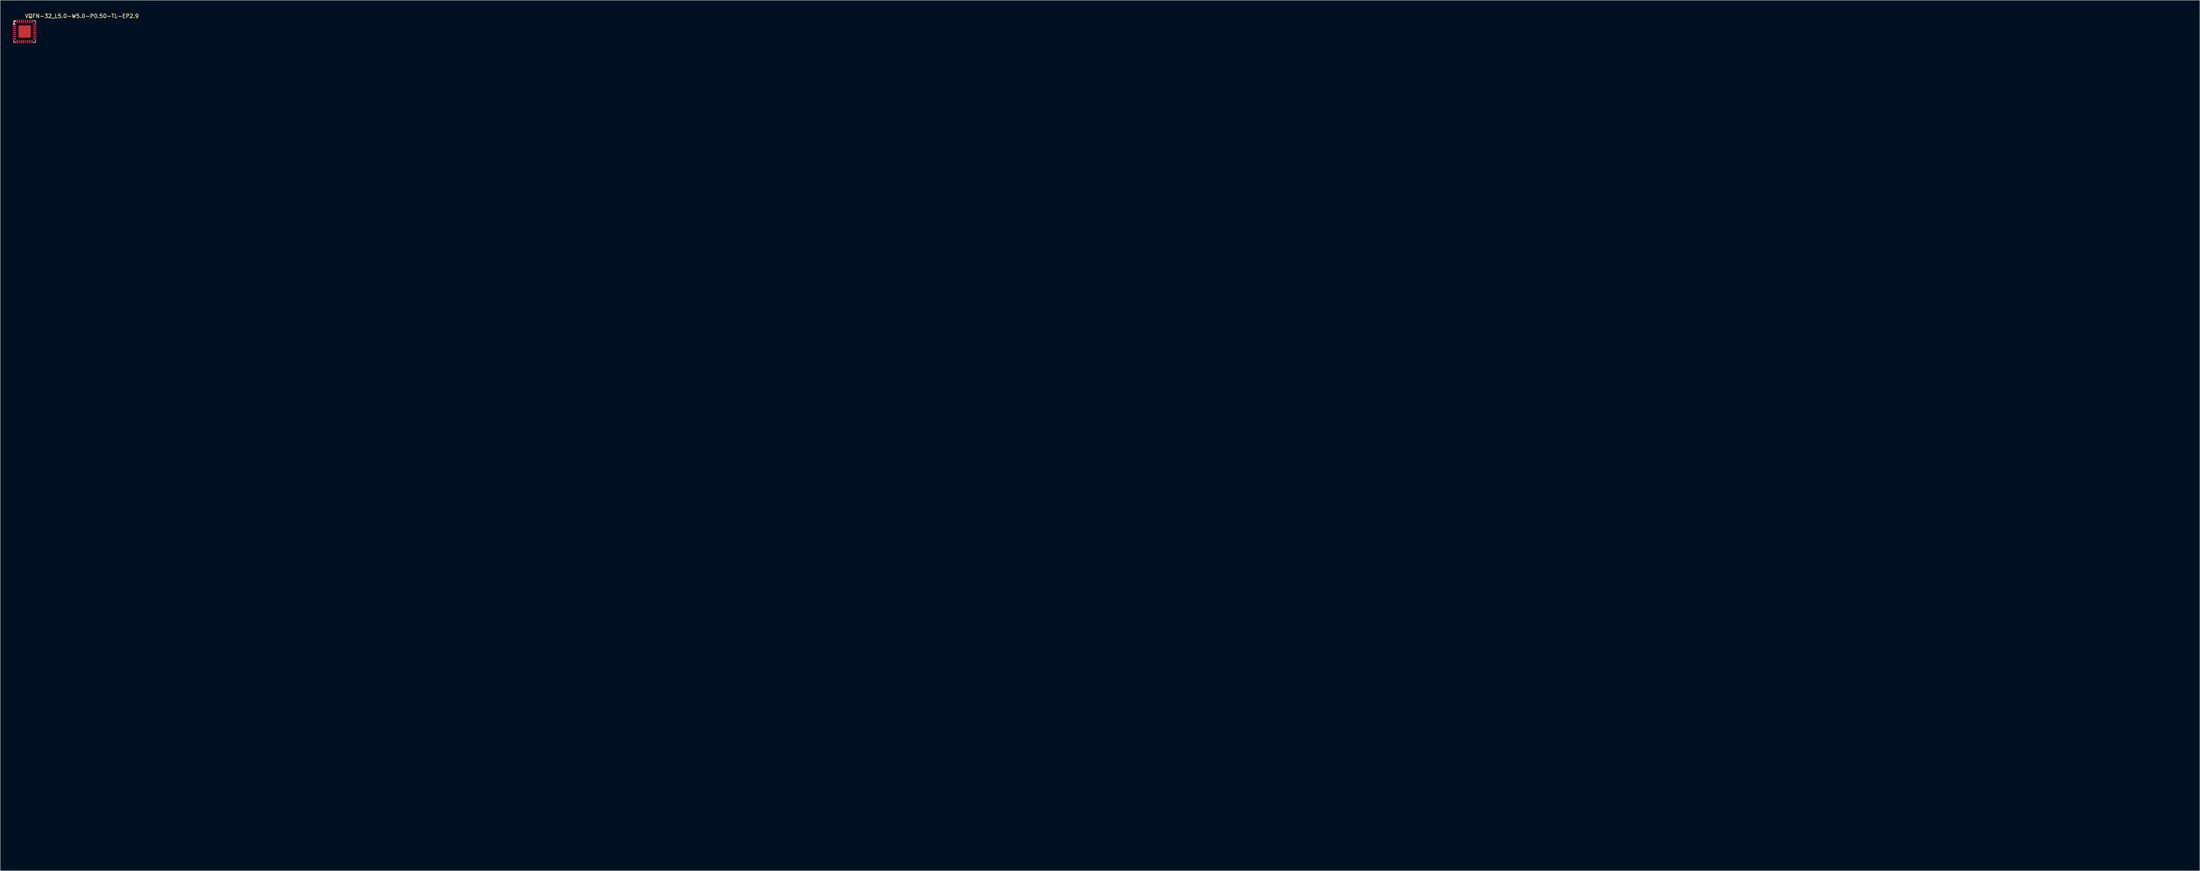
<source format=kicad_pcb>
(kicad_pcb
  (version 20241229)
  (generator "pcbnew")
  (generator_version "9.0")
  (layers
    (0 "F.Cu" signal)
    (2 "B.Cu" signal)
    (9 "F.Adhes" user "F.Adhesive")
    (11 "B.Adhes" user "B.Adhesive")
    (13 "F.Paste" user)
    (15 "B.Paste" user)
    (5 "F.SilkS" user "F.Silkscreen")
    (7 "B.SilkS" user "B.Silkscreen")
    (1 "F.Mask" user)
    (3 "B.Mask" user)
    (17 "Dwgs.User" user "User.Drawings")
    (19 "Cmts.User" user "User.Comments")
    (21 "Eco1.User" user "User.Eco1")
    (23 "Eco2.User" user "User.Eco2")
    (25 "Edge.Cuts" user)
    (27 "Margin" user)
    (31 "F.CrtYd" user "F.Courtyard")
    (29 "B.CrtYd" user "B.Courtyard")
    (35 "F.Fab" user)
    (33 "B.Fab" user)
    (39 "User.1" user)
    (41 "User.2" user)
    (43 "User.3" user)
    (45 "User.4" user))
  (footprint "VQFN-32_L5.0-W5.0-P0.50-TL-EP2.9"
    (layer "F.Cu")
    (at 2.802 4.45)
    (property "Reference" "VQFN-32_L5.0-W5.0-P0.50-TL-EP2.9" (at 0 -4.216 0) (layer "F.SilkS") (effects (font (size 0.914 0.914) (thickness 0.152)) (justify left top)))
    (fp_line (start -2.576 -2.576) (end -2.042 -2.576) (stroke (width 0.152) (type default)) (layer "F.SilkS"))
    (fp_line (start -2.576 -2.042) (end -2.576 -2.576) (stroke (width 0.152) (type default)) (layer "F.SilkS"))
    (fp_line (start -2.576 2.042) (end -2.576 2.576) (stroke (width 0.152) (type default)) (layer "F.SilkS"))
    (fp_line (start -2.576 2.576) (end -2.042 2.576) (stroke (width 0.152) (type default)) (layer "F.SilkS"))
    (fp_line (start -2.07 -2.549) (end -2.549 -2.07) (stroke (width 0.152) (type default)) (layer "F.SilkS"))
    (fp_line (start 2.576 -2.576) (end 2.042 -2.576) (stroke (width 0.152) (type default)) (layer "F.SilkS"))
    (fp_line (start 2.576 -2.042) (end 2.576 -2.576) (stroke (width 0.152) (type default)) (layer "F.SilkS"))
    (fp_line (start 2.576 2.042) (end 2.576 2.576) (stroke (width 0.152) (type default)) (layer "F.SilkS"))
    (fp_line (start 2.576 2.576) (end 2.042 2.576) (stroke (width 0.152) (type default)) (layer "F.SilkS"))
    (fp_circle (center -2.54 -1.778) (end -2.415 -1.778) (stroke (width 0.25) (type default)) (fill no) (layer "Dwgs.User"))
    (fp_circle (center -2.5 -2.5) (end -2.47 -2.5) (stroke (width 0.06) (type default)) (fill no) (layer "User.5"))
    (pad "1" smd rect (at -2.407 -1.75) (size 0.79 0.28) (layers "F.Cu" "F.Mask" "F.Paste"))
    (pad "2" smd rect (at -2.407 -1.25) (size 0.79 0.28) (layers "F.Cu" "F.Mask" "F.Paste"))
    (pad "3" smd rect (at -2.407 -0.75) (size 0.79 0.28) (layers "F.Cu" "F.Mask" "F.Paste"))
    (pad "4" smd rect (at -2.407 -0.25) (size 0.79 0.28) (layers "F.Cu" "F.Mask" "F.Paste"))
    (pad "5" smd rect (at -2.407 0.25) (size 0.79 0.28) (layers "F.Cu" "F.Mask" "F.Paste"))
    (pad "6" smd rect (at -2.407 0.75) (size 0.79 0.28) (layers "F.Cu" "F.Mask" "F.Paste"))
    (pad "7" smd rect (at -2.407 1.25) (size 0.79 0.28) (layers "F.Cu" "F.Mask" "F.Paste"))
    (pad "8" smd rect (at -2.407 1.75) (size 0.79 0.28) (layers "F.Cu" "F.Mask" "F.Paste"))
    (pad "9" smd rect (at -1.75 2.407) (size 0.28 0.79) (layers "F.Cu" "F.Mask" "F.Paste"))
    (pad "10" smd rect (at -1.25 2.407) (size 0.28 0.79) (layers "F.Cu" "F.Mask" "F.Paste"))
    (pad "11" smd rect (at -0.75 2.407) (size 0.28 0.79) (layers "F.Cu" "F.Mask" "F.Paste"))
    (pad "12" smd rect (at -0.25 2.407) (size 0.28 0.79) (layers "F.Cu" "F.Mask" "F.Paste"))
    (pad "13" smd rect (at 0.25 2.407) (size 0.28 0.79) (layers "F.Cu" "F.Mask" "F.Paste"))
    (pad "14" smd rect (at 0.75 2.407) (size 0.28 0.79) (layers "F.Cu" "F.Mask" "F.Paste"))
    (pad "15" smd rect (at 1.25 2.407) (size 0.28 0.79) (layers "F.Cu" "F.Mask" "F.Paste"))
    (pad "16" smd rect (at 1.75 2.407) (size 0.28 0.79) (layers "F.Cu" "F.Mask" "F.Paste"))
    (pad "17" smd rect (at 2.407 1.75) (size 0.79 0.28) (layers "F.Cu" "F.Mask" "F.Paste"))
    (pad "18" smd rect (at 2.407 1.25) (size 0.79 0.28) (layers "F.Cu" "F.Mask" "F.Paste"))
    (pad "19" smd rect (at 2.407 0.75) (size 0.79 0.28) (layers "F.Cu" "F.Mask" "F.Paste"))
    (pad "20" smd rect (at 2.407 0.25) (size 0.79 0.28) (layers "F.Cu" "F.Mask" "F.Paste"))
    (pad "21" smd rect (at 2.407 -0.25) (size 0.79 0.28) (layers "F.Cu" "F.Mask" "F.Paste"))
    (pad "22" smd rect (at 2.407 -0.75) (size 0.79 0.28) (layers "F.Cu" "F.Mask" "F.Paste"))
    (pad "23" smd rect (at 2.407 -1.25) (size 0.79 0.28) (layers "F.Cu" "F.Mask" "F.Paste"))
    (pad "24" smd rect (at 2.407 -1.75) (size 0.79 0.28) (layers "F.Cu" "F.Mask" "F.Paste"))
    (pad "25" smd rect (at 1.75 -2.407) (size 0.28 0.79) (layers "F.Cu" "F.Mask" "F.Paste"))
    (pad "26" smd rect (at 1.25 -2.407) (size 0.28 0.79) (layers "F.Cu" "F.Mask" "F.Paste"))
    (pad "27" smd rect (at 0.75 -2.407) (size 0.28 0.79) (layers "F.Cu" "F.Mask" "F.Paste"))
    (pad "28" smd rect (at 0.25 -2.407) (size 0.28 0.79) (layers "F.Cu" "F.Mask" "F.Paste"))
    (pad "29" smd rect (at -0.25 -2.407) (size 0.28 0.79) (layers "F.Cu" "F.Mask" "F.Paste"))
    (pad "30" smd rect (at -0.75 -2.407) (size 0.28 0.79) (layers "F.Cu" "F.Mask" "F.Paste"))
    (pad "31" smd rect (at -1.25 -2.407) (size 0.28 0.79) (layers "F.Cu" "F.Mask" "F.Paste"))
    (pad "32" smd rect (at -1.75 -2.407) (size 0.28 0.79) (layers "F.Cu" "F.Mask" "F.Paste"))
    (pad "33" smd rect (at 0 0) (size 2.9 2.9) (layers "F.Cu" "F.Mask" "F.Paste"))
    (zone (net_name "") (layer "F.SilkS") (hatch edge 0.5) (priority 100) (connect_pads yes) (min_thickness 0) (filled_areas_thickness no) (fill yes) (polygon (pts (xy 512.1 195.785) (xy 511.566 196.319) (xy 511.566 195.785))) (filled_polygon (layer "F.SilkS") (island) (pts (xy 512.1 195.785) (xy 511.566 196.319) (xy 511.566 195.785))))
    (zone (net_name "") (layer "F.Paste") (hatch edge 0.5) (priority 100) (connect_pads yes) (min_thickness 0) (filled_areas_thickness no) (fill yes) (polygon (pts (xy 512.13 196.752) (xy 512.13 196.472) (xy 511.34 196.472) (xy 511.34 196.752))) (filled_polygon (layer "F.Paste") (island) (pts (xy 512.13 196.752) (xy 512.13 196.472) (xy 511.34 196.472) (xy 511.34 196.752))))
    (zone (net_name "") (layer "F.Paste") (hatch edge 0.5) (priority 100) (connect_pads yes) (min_thickness 0) (filled_areas_thickness no) (fill yes) (polygon (pts (xy 512.13 197.252) (xy 512.13 196.972) (xy 511.34 196.972) (xy 511.34 197.252))) (filled_polygon (layer "F.Paste") (island) (pts (xy 512.13 197.252) (xy 512.13 196.972) (xy 511.34 196.972) (xy 511.34 197.252))))
    (zone (net_name "") (layer "F.Paste") (hatch edge 0.5) (priority 100) (connect_pads yes) (min_thickness 0) (filled_areas_thickness no) (fill yes) (polygon (pts (xy 512.13 197.752) (xy 512.13 197.472) (xy 511.34 197.472) (xy 511.34 197.752))) (filled_polygon (layer "F.Paste") (island) (pts (xy 512.13 197.752) (xy 512.13 197.472) (xy 511.34 197.472) (xy 511.34 197.752))))
    (zone (net_name "") (layer "F.Paste") (hatch edge 0.5) (priority 100) (connect_pads yes) (min_thickness 0) (filled_areas_thickness no) (fill yes) (polygon (pts (xy 512.13 198.252) (xy 512.13 197.972) (xy 511.34 197.972) (xy 511.34 198.252))) (filled_polygon (layer "F.Paste") (island) (pts (xy 512.13 198.252) (xy 512.13 197.972) (xy 511.34 197.972) (xy 511.34 198.252))))
    (zone (net_name "") (layer "F.Paste") (hatch edge 0.5) (priority 100) (connect_pads yes) (min_thickness 0) (filled_areas_thickness no) (fill yes) (polygon (pts (xy 512.13 198.752) (xy 512.13 198.472) (xy 511.34 198.472) (xy 511.34 198.752))) (filled_polygon (layer "F.Paste") (island) (pts (xy 512.13 198.752) (xy 512.13 198.472) (xy 511.34 198.472) (xy 511.34 198.752))))
    (zone (net_name "") (layer "F.Paste") (hatch edge 0.5) (priority 100) (connect_pads yes) (min_thickness 0) (filled_areas_thickness no) (fill yes) (polygon (pts (xy 512.13 199.252) (xy 512.13 198.972) (xy 511.34 198.972) (xy 511.34 199.252))) (filled_polygon (layer "F.Paste") (island) (pts (xy 512.13 199.252) (xy 512.13 198.972) (xy 511.34 198.972) (xy 511.34 199.252))))
    (zone (net_name "") (layer "F.Paste") (hatch edge 0.5) (priority 100) (connect_pads yes) (min_thickness 0) (filled_areas_thickness no) (fill yes) (polygon (pts (xy 512.13 199.752) (xy 512.13 199.472) (xy 511.34 199.472) (xy 511.34 199.752))) (filled_polygon (layer "F.Paste") (island) (pts (xy 512.13 199.752) (xy 512.13 199.472) (xy 511.34 199.472) (xy 511.34 199.752))))
    (zone (net_name "") (layer "F.Paste") (hatch edge 0.5) (priority 100) (connect_pads yes) (min_thickness 0) (filled_areas_thickness no) (fill yes) (polygon (pts (xy 512.13 200.252) (xy 512.13 199.972) (xy 511.34 199.972) (xy 511.34 200.252))) (filled_polygon (layer "F.Paste") (island) (pts (xy 512.13 200.252) (xy 512.13 199.972) (xy 511.34 199.972) (xy 511.34 200.252))))
    (zone (net_name "") (layer "F.Paste") (hatch edge 0.5) (priority 100) (connect_pads yes) (min_thickness 0) (filled_areas_thickness no) (fill yes) (polygon (pts (xy 512.533 195.559) (xy 512.253 195.559) (xy 512.253 196.349) (xy 512.533 196.349))) (filled_polygon (layer "F.Paste") (island) (pts (xy 512.533 195.559) (xy 512.253 195.559) (xy 512.253 196.349) (xy 512.533 196.349))))
    (zone (net_name "") (layer "F.Paste") (hatch edge 0.5) (priority 100) (connect_pads yes) (min_thickness 0) (filled_areas_thickness no) (fill yes) (polygon (pts (xy 512.533 200.374) (xy 512.253 200.374) (xy 512.253 201.164) (xy 512.533 201.164))) (filled_polygon (layer "F.Paste") (island) (pts (xy 512.533 200.374) (xy 512.253 200.374) (xy 512.253 201.164) (xy 512.533 201.164))))
    (zone (net_name "") (layer "F.Paste") (hatch edge 0.5) (priority 100) (connect_pads yes) (min_thickness 0) (filled_areas_thickness no) (fill yes) (polygon (pts (xy 512.983 197.202) (xy 515.303 197.202) (xy 515.303 199.522) (xy 512.983 199.522))) (filled_polygon (layer "F.Paste") (island) (pts (xy 512.983 197.202) (xy 515.303 197.202) (xy 515.303 199.522) (xy 512.983 199.522))))
    (zone (net_name "") (layer "F.Paste") (hatch edge 0.5) (priority 100) (connect_pads yes) (min_thickness 0) (filled_areas_thickness no) (fill yes) (polygon (pts (xy 513.033 195.559) (xy 512.753 195.559) (xy 512.753 196.349) (xy 513.033 196.349))) (filled_polygon (layer "F.Paste") (island) (pts (xy 513.033 195.559) (xy 512.753 195.559) (xy 512.753 196.349) (xy 513.033 196.349))))
    (zone (net_name "") (layer "F.Paste") (hatch edge 0.5) (priority 100) (connect_pads yes) (min_thickness 0) (filled_areas_thickness no) (fill yes) (polygon (pts (xy 513.033 200.374) (xy 512.753 200.374) (xy 512.753 201.164) (xy 513.033 201.164))) (filled_polygon (layer "F.Paste") (island) (pts (xy 513.033 200.374) (xy 512.753 200.374) (xy 512.753 201.164) (xy 513.033 201.164))))
    (zone (net_name "") (layer "F.Paste") (hatch edge 0.5) (priority 100) (connect_pads yes) (min_thickness 0) (filled_areas_thickness no) (fill yes) (polygon (pts (xy 513.533 195.559) (xy 513.253 195.559) (xy 513.253 196.349) (xy 513.533 196.349))) (filled_polygon (layer "F.Paste") (island) (pts (xy 513.533 195.559) (xy 513.253 195.559) (xy 513.253 196.349) (xy 513.533 196.349))))
    (zone (net_name "") (layer "F.Paste") (hatch edge 0.5) (priority 100) (connect_pads yes) (min_thickness 0) (filled_areas_thickness no) (fill yes) (polygon (pts (xy 513.533 200.374) (xy 513.253 200.374) (xy 513.253 201.164) (xy 513.533 201.164))) (filled_polygon (layer "F.Paste") (island) (pts (xy 513.533 200.374) (xy 513.253 200.374) (xy 513.253 201.164) (xy 513.533 201.164))))
    (zone (net_name "") (layer "F.Paste") (hatch edge 0.5) (priority 100) (connect_pads yes) (min_thickness 0) (filled_areas_thickness no) (fill yes) (polygon (pts (xy 514.033 195.559) (xy 513.753 195.559) (xy 513.753 196.349) (xy 514.033 196.349))) (filled_polygon (layer "F.Paste") (island) (pts (xy 514.033 195.559) (xy 513.753 195.559) (xy 513.753 196.349) (xy 514.033 196.349))))
    (zone (net_name "") (layer "F.Paste") (hatch edge 0.5) (priority 100) (connect_pads yes) (min_thickness 0) (filled_areas_thickness no) (fill yes) (polygon (pts (xy 514.033 200.374) (xy 513.753 200.374) (xy 513.753 201.164) (xy 514.033 201.164))) (filled_polygon (layer "F.Paste") (island) (pts (xy 514.033 200.374) (xy 513.753 200.374) (xy 513.753 201.164) (xy 514.033 201.164))))
    (zone (net_name "") (layer "F.Paste") (hatch edge 0.5) (priority 100) (connect_pads yes) (min_thickness 0) (filled_areas_thickness no) (fill yes) (polygon (pts (xy 514.533 195.559) (xy 514.253 195.559) (xy 514.253 196.349) (xy 514.533 196.349))) (filled_polygon (layer "F.Paste") (island) (pts (xy 514.533 195.559) (xy 514.253 195.559) (xy 514.253 196.349) (xy 514.533 196.349))))
    (zone (net_name "") (layer "F.Paste") (hatch edge 0.5) (priority 100) (connect_pads yes) (min_thickness 0) (filled_areas_thickness no) (fill yes) (polygon (pts (xy 514.533 200.374) (xy 514.253 200.374) (xy 514.253 201.164) (xy 514.533 201.164))) (filled_polygon (layer "F.Paste") (island) (pts (xy 514.533 200.374) (xy 514.253 200.374) (xy 514.253 201.164) (xy 514.533 201.164))))
    (zone (net_name "") (layer "F.Paste") (hatch edge 0.5) (priority 100) (connect_pads yes) (min_thickness 0) (filled_areas_thickness no) (fill yes) (polygon (pts (xy 515.033 195.559) (xy 514.753 195.559) (xy 514.753 196.349) (xy 515.033 196.349))) (filled_polygon (layer "F.Paste") (island) (pts (xy 515.033 195.559) (xy 514.753 195.559) (xy 514.753 196.349) (xy 515.033 196.349))))
    (zone (net_name "") (layer "F.Paste") (hatch edge 0.5) (priority 100) (connect_pads yes) (min_thickness 0) (filled_areas_thickness no) (fill yes) (polygon (pts (xy 515.033 200.374) (xy 514.753 200.374) (xy 514.753 201.164) (xy 515.033 201.164))) (filled_polygon (layer "F.Paste") (island) (pts (xy 515.033 200.374) (xy 514.753 200.374) (xy 514.753 201.164) (xy 515.033 201.164))))
    (zone (net_name "") (layer "F.Paste") (hatch edge 0.5) (priority 100) (connect_pads yes) (min_thickness 0) (filled_areas_thickness no) (fill yes) (polygon (pts (xy 515.533 195.559) (xy 515.253 195.559) (xy 515.253 196.349) (xy 515.533 196.349))) (filled_polygon (layer "F.Paste") (island) (pts (xy 515.533 195.559) (xy 515.253 195.559) (xy 515.253 196.349) (xy 515.533 196.349))))
    (zone (net_name "") (layer "F.Paste") (hatch edge 0.5) (priority 100) (connect_pads yes) (min_thickness 0) (filled_areas_thickness no) (fill yes) (polygon (pts (xy 515.533 200.374) (xy 515.253 200.374) (xy 515.253 201.164) (xy 515.533 201.164))) (filled_polygon (layer "F.Paste") (island) (pts (xy 515.533 200.374) (xy 515.253 200.374) (xy 515.253 201.164) (xy 515.533 201.164))))
    (zone (net_name "") (layer "F.Paste") (hatch edge 0.5) (priority 100) (connect_pads yes) (min_thickness 0) (filled_areas_thickness no) (fill yes) (polygon (pts (xy 516.033 195.559) (xy 515.753 195.559) (xy 515.753 196.349) (xy 516.033 196.349))) (filled_polygon (layer "F.Paste") (island) (pts (xy 516.033 195.559) (xy 515.753 195.559) (xy 515.753 196.349) (xy 516.033 196.349))))
    (zone (net_name "") (layer "F.Paste") (hatch edge 0.5) (priority 100) (connect_pads yes) (min_thickness 0) (filled_areas_thickness no) (fill yes) (polygon (pts (xy 516.033 200.374) (xy 515.753 200.374) (xy 515.753 201.164) (xy 516.033 201.164))) (filled_polygon (layer "F.Paste") (island) (pts (xy 516.033 200.374) (xy 515.753 200.374) (xy 515.753 201.164) (xy 516.033 201.164))))
    (zone (net_name "") (layer "F.Paste") (hatch edge 0.5) (priority 100) (connect_pads yes) (min_thickness 0) (filled_areas_thickness no) (fill yes) (polygon (pts (xy 516.945 196.752) (xy 516.945 196.472) (xy 516.155 196.472) (xy 516.155 196.752))) (filled_polygon (layer "F.Paste") (island) (pts (xy 516.945 196.752) (xy 516.945 196.472) (xy 516.155 196.472) (xy 516.155 196.752))))
    (zone (net_name "") (layer "F.Paste") (hatch edge 0.5) (priority 100) (connect_pads yes) (min_thickness 0) (filled_areas_thickness no) (fill yes) (polygon (pts (xy 516.945 197.252) (xy 516.945 196.972) (xy 516.155 196.972) (xy 516.155 197.252))) (filled_polygon (layer "F.Paste") (island) (pts (xy 516.945 197.252) (xy 516.945 196.972) (xy 516.155 196.972) (xy 516.155 197.252))))
    (zone (net_name "") (layer "F.Paste") (hatch edge 0.5) (priority 100) (connect_pads yes) (min_thickness 0) (filled_areas_thickness no) (fill yes) (polygon (pts (xy 516.945 197.752) (xy 516.945 197.472) (xy 516.155 197.472) (xy 516.155 197.752))) (filled_polygon (layer "F.Paste") (island) (pts (xy 516.945 197.752) (xy 516.945 197.472) (xy 516.155 197.472) (xy 516.155 197.752))))
    (zone (net_name "") (layer "F.Paste") (hatch edge 0.5) (priority 100) (connect_pads yes) (min_thickness 0) (filled_areas_thickness no) (fill yes) (polygon (pts (xy 516.945 198.252) (xy 516.945 197.972) (xy 516.155 197.972) (xy 516.155 198.252))) (filled_polygon (layer "F.Paste") (island) (pts (xy 516.945 198.252) (xy 516.945 197.972) (xy 516.155 197.972) (xy 516.155 198.252))))
    (zone (net_name "") (layer "F.Paste") (hatch edge 0.5) (priority 100) (connect_pads yes) (min_thickness 0) (filled_areas_thickness no) (fill yes) (polygon (pts (xy 516.945 198.752) (xy 516.945 198.472) (xy 516.155 198.472) (xy 516.155 198.752))) (filled_polygon (layer "F.Paste") (island) (pts (xy 516.945 198.752) (xy 516.945 198.472) (xy 516.155 198.472) (xy 516.155 198.752))))
    (zone (net_name "") (layer "F.Paste") (hatch edge 0.5) (priority 100) (connect_pads yes) (min_thickness 0) (filled_areas_thickness no) (fill yes) (polygon (pts (xy 516.945 199.252) (xy 516.945 198.972) (xy 516.155 198.972) (xy 516.155 199.252))) (filled_polygon (layer "F.Paste") (island) (pts (xy 516.945 199.252) (xy 516.945 198.972) (xy 516.155 198.972) (xy 516.155 199.252))))
    (zone (net_name "") (layer "F.Paste") (hatch edge 0.5) (priority 100) (connect_pads yes) (min_thickness 0) (filled_areas_thickness no) (fill yes) (polygon (pts (xy 516.945 199.752) (xy 516.945 199.472) (xy 516.155 199.472) (xy 516.155 199.752))) (filled_polygon (layer "F.Paste") (island) (pts (xy 516.945 199.752) (xy 516.945 199.472) (xy 516.155 199.472) (xy 516.155 199.752))))
    (zone (net_name "") (layer "F.Paste") (hatch edge 0.5) (priority 100) (connect_pads yes) (min_thickness 0) (filled_areas_thickness no) (fill yes) (polygon (pts (xy 516.945 200.252) (xy 516.945 199.972) (xy 516.155 199.972) (xy 516.155 200.252))) (filled_polygon (layer "F.Paste") (island) (pts (xy 516.945 200.252) (xy 516.945 199.972) (xy 516.155 199.972) (xy 516.155 200.252))))
    (zone (net_name "") (layer "User.3") (hatch edge 0.5) (priority 100) (connect_pads yes) (min_thickness 0) (filled_areas_thickness no) (fill yes) (polygon (pts (xy 511.643 200.862) (xy 516.643 200.862) (xy 516.643 195.862) (xy 511.643 195.862))) (filled_polygon (layer "User.3") (island) (pts (xy 511.643 200.862) (xy 516.643 200.862) (xy 516.643 195.862) (xy 511.643 195.862))))
    (zone (net_name "") (layer "User.4") (hatch edge 0.5) (priority 100) (connect_pads yes) (min_thickness 0) (filled_areas_thickness no) (fill yes) (polygon (pts (xy 511.643 196.737) (xy 512.043 196.737) (xy 512.043 196.487) (xy 511.643 196.487))) (filled_polygon (layer "User.4") (island) (pts (xy 511.643 196.737) (xy 512.043 196.737) (xy 512.043 196.487) (xy 511.643 196.487))))
    (zone (net_name "") (layer "User.4") (hatch edge 0.5) (priority 100) (connect_pads yes) (min_thickness 0) (filled_areas_thickness no) (fill yes) (polygon (pts (xy 511.643 197.237) (xy 512.043 197.237) (xy 512.043 196.987) (xy 511.643 196.987))) (filled_polygon (layer "User.4") (island) (pts (xy 511.643 197.237) (xy 512.043 197.237) (xy 512.043 196.987) (xy 511.643 196.987))))
    (zone (net_name "") (layer "User.4") (hatch edge 0.5) (priority 100) (connect_pads yes) (min_thickness 0) (filled_areas_thickness no) (fill yes) (polygon (pts (xy 511.643 197.737) (xy 512.043 197.737) (xy 512.043 197.487) (xy 511.643 197.487))) (filled_polygon (layer "User.4") (island) (pts (xy 511.643 197.737) (xy 512.043 197.737) (xy 512.043 197.487) (xy 511.643 197.487))))
    (zone (net_name "") (layer "User.4") (hatch edge 0.5) (priority 100) (connect_pads yes) (min_thickness 0) (filled_areas_thickness no) (fill yes) (polygon (pts (xy 511.643 198.237) (xy 512.043 198.237) (xy 512.043 197.987) (xy 511.643 197.987))) (filled_polygon (layer "User.4") (island) (pts (xy 511.643 198.237) (xy 512.043 198.237) (xy 512.043 197.987) (xy 511.643 197.987))))
    (zone (net_name "") (layer "User.4") (hatch edge 0.5) (priority 100) (connect_pads yes) (min_thickness 0) (filled_areas_thickness no) (fill yes) (polygon (pts (xy 511.643 198.737) (xy 512.043 198.737) (xy 512.043 198.487) (xy 511.643 198.487))) (filled_polygon (layer "User.4") (island) (pts (xy 511.643 198.737) (xy 512.043 198.737) (xy 512.043 198.487) (xy 511.643 198.487))))
    (zone (net_name "") (layer "User.4") (hatch edge 0.5) (priority 100) (connect_pads yes) (min_thickness 0) (filled_areas_thickness no) (fill yes) (polygon (pts (xy 511.643 199.237) (xy 512.043 199.237) (xy 512.043 198.987) (xy 511.643 198.987))) (filled_polygon (layer "User.4") (island) (pts (xy 511.643 199.237) (xy 512.043 199.237) (xy 512.043 198.987) (xy 511.643 198.987))))
    (zone (net_name "") (layer "User.4") (hatch edge 0.5) (priority 100) (connect_pads yes) (min_thickness 0) (filled_areas_thickness no) (fill yes) (polygon (pts (xy 511.643 199.737) (xy 512.043 199.737) (xy 512.043 199.487) (xy 511.643 199.487))) (filled_polygon (layer "User.4") (island) (pts (xy 511.643 199.737) (xy 512.043 199.737) (xy 512.043 199.487) (xy 511.643 199.487))))
    (zone (net_name "") (layer "User.4") (hatch edge 0.5) (priority 100) (connect_pads yes) (min_thickness 0) (filled_areas_thickness no) (fill yes) (polygon (pts (xy 511.643 200.237) (xy 512.043 200.237) (xy 512.043 199.987) (xy 511.643 199.987))) (filled_polygon (layer "User.4") (island) (pts (xy 511.643 200.237) (xy 512.043 200.237) (xy 512.043 199.987) (xy 511.643 199.987))))
    (zone (net_name "") (layer "User.4") (hatch edge 0.5) (priority 100) (connect_pads yes) (min_thickness 0) (filled_areas_thickness no) (fill yes) (polygon (pts (xy 512.268 195.862) (xy 512.518 195.862) (xy 512.518 196.262) (xy 512.268 196.262))) (filled_polygon (layer "User.4") (island) (pts (xy 512.268 195.862) (xy 512.518 195.862) (xy 512.518 196.262) (xy 512.268 196.262))))
    (zone (net_name "") (layer "User.4") (hatch edge 0.5) (priority 100) (connect_pads yes) (min_thickness 0) (filled_areas_thickness no) (fill yes) (polygon (pts (xy 512.268 200.862) (xy 512.518 200.862) (xy 512.518 200.462) (xy 512.268 200.462))) (filled_polygon (layer "User.4") (island) (pts (xy 512.268 200.862) (xy 512.518 200.862) (xy 512.518 200.462) (xy 512.268 200.462))))
    (zone (net_name "") (layer "User.4") (hatch edge 0.5) (priority 100) (connect_pads yes) (min_thickness 0) (filled_areas_thickness no) (fill yes) (polygon (pts (xy 512.693 196.912) (xy 515.593 196.912) (xy 515.593 199.812) (xy 512.693 199.812))) (filled_polygon (layer "User.4") (island) (pts (xy 512.693 196.912) (xy 515.593 196.912) (xy 515.593 199.812) (xy 512.693 199.812))))
    (zone (net_name "") (layer "User.4") (hatch edge 0.5) (priority 100) (connect_pads yes) (min_thickness 0) (filled_areas_thickness no) (fill yes) (polygon (pts (xy 512.768 195.862) (xy 513.018 195.862) (xy 513.018 196.262) (xy 512.768 196.262))) (filled_polygon (layer "User.4") (island) (pts (xy 512.768 195.862) (xy 513.018 195.862) (xy 513.018 196.262) (xy 512.768 196.262))))
    (zone (net_name "") (layer "User.4") (hatch edge 0.5) (priority 100) (connect_pads yes) (min_thickness 0) (filled_areas_thickness no) (fill yes) (polygon (pts (xy 512.768 200.862) (xy 513.018 200.862) (xy 513.018 200.462) (xy 512.768 200.462))) (filled_polygon (layer "User.4") (island) (pts (xy 512.768 200.862) (xy 513.018 200.862) (xy 513.018 200.462) (xy 512.768 200.462))))
    (zone (net_name "") (layer "User.4") (hatch edge 0.5) (priority 100) (connect_pads yes) (min_thickness 0) (filled_areas_thickness no) (fill yes) (polygon (pts (xy 513.268 195.862) (xy 513.518 195.862) (xy 513.518 196.262) (xy 513.268 196.262))) (filled_polygon (layer "User.4") (island) (pts (xy 513.268 195.862) (xy 513.518 195.862) (xy 513.518 196.262) (xy 513.268 196.262))))
    (zone (net_name "") (layer "User.4") (hatch edge 0.5) (priority 100) (connect_pads yes) (min_thickness 0) (filled_areas_thickness no) (fill yes) (polygon (pts (xy 513.268 200.862) (xy 513.518 200.862) (xy 513.518 200.462) (xy 513.268 200.462))) (filled_polygon (layer "User.4") (island) (pts (xy 513.268 200.862) (xy 513.518 200.862) (xy 513.518 200.462) (xy 513.268 200.462))))
    (zone (net_name "") (layer "User.4") (hatch edge 0.5) (priority 100) (connect_pads yes) (min_thickness 0) (filled_areas_thickness no) (fill yes) (polygon (pts (xy 513.768 195.862) (xy 514.018 195.862) (xy 514.018 196.262) (xy 513.768 196.262))) (filled_polygon (layer "User.4") (island) (pts (xy 513.768 195.862) (xy 514.018 195.862) (xy 514.018 196.262) (xy 513.768 196.262))))
    (zone (net_name "") (layer "User.4") (hatch edge 0.5) (priority 100) (connect_pads yes) (min_thickness 0) (filled_areas_thickness no) (fill yes) (polygon (pts (xy 513.768 200.862) (xy 514.018 200.862) (xy 514.018 200.462) (xy 513.768 200.462))) (filled_polygon (layer "User.4") (island) (pts (xy 513.768 200.862) (xy 514.018 200.862) (xy 514.018 200.462) (xy 513.768 200.462))))
    (zone (net_name "") (layer "User.4") (hatch edge 0.5) (priority 100) (connect_pads yes) (min_thickness 0) (filled_areas_thickness no) (fill yes) (polygon (pts (xy 514.268 195.862) (xy 514.518 195.862) (xy 514.518 196.262) (xy 514.268 196.262))) (filled_polygon (layer "User.4") (island) (pts (xy 514.268 195.862) (xy 514.518 195.862) (xy 514.518 196.262) (xy 514.268 196.262))))
    (zone (net_name "") (layer "User.4") (hatch edge 0.5) (priority 100) (connect_pads yes) (min_thickness 0) (filled_areas_thickness no) (fill yes) (polygon (pts (xy 514.268 200.862) (xy 514.518 200.862) (xy 514.518 200.462) (xy 514.268 200.462))) (filled_polygon (layer "User.4") (island) (pts (xy 514.268 200.862) (xy 514.518 200.862) (xy 514.518 200.462) (xy 514.268 200.462))))
    (zone (net_name "") (layer "User.4") (hatch edge 0.5) (priority 100) (connect_pads yes) (min_thickness 0) (filled_areas_thickness no) (fill yes) (polygon (pts (xy 514.768 195.862) (xy 515.018 195.862) (xy 515.018 196.262) (xy 514.768 196.262))) (filled_polygon (layer "User.4") (island) (pts (xy 514.768 195.862) (xy 515.018 195.862) (xy 515.018 196.262) (xy 514.768 196.262))))
    (zone (net_name "") (layer "User.4") (hatch edge 0.5) (priority 100) (connect_pads yes) (min_thickness 0) (filled_areas_thickness no) (fill yes) (polygon (pts (xy 514.768 200.862) (xy 515.018 200.862) (xy 515.018 200.462) (xy 514.768 200.462))) (filled_polygon (layer "User.4") (island) (pts (xy 514.768 200.862) (xy 515.018 200.862) (xy 515.018 200.462) (xy 514.768 200.462))))
    (zone (net_name "") (layer "User.4") (hatch edge 0.5) (priority 100) (connect_pads yes) (min_thickness 0) (filled_areas_thickness no) (fill yes) (polygon (pts (xy 515.268 195.862) (xy 515.518 195.862) (xy 515.518 196.262) (xy 515.268 196.262))) (filled_polygon (layer "User.4") (island) (pts (xy 515.268 195.862) (xy 515.518 195.862) (xy 515.518 196.262) (xy 515.268 196.262))))
    (zone (net_name "") (layer "User.4") (hatch edge 0.5) (priority 100) (connect_pads yes) (min_thickness 0) (filled_areas_thickness no) (fill yes) (polygon (pts (xy 515.268 200.862) (xy 515.518 200.862) (xy 515.518 200.462) (xy 515.268 200.462))) (filled_polygon (layer "User.4") (island) (pts (xy 515.268 200.862) (xy 515.518 200.862) (xy 515.518 200.462) (xy 515.268 200.462))))
    (zone (net_name "") (layer "User.4") (hatch edge 0.5) (priority 100) (connect_pads yes) (min_thickness 0) (filled_areas_thickness no) (fill yes) (polygon (pts (xy 515.768 195.862) (xy 516.018 195.862) (xy 516.018 196.262) (xy 515.768 196.262))) (filled_polygon (layer "User.4") (island) (pts (xy 515.768 195.862) (xy 516.018 195.862) (xy 516.018 196.262) (xy 515.768 196.262))))
    (zone (net_name "") (layer "User.4") (hatch edge 0.5) (priority 100) (connect_pads yes) (min_thickness 0) (filled_areas_thickness no) (fill yes) (polygon (pts (xy 515.768 200.862) (xy 516.018 200.862) (xy 516.018 200.462) (xy 515.768 200.462))) (filled_polygon (layer "User.4") (island) (pts (xy 515.768 200.862) (xy 516.018 200.862) (xy 516.018 200.462) (xy 515.768 200.462))))
    (zone (net_name "") (layer "User.4") (hatch edge 0.5) (priority 100) (connect_pads yes) (min_thickness 0) (filled_areas_thickness no) (fill yes) (polygon (pts (xy 516.643 196.737) (xy 516.243 196.737) (xy 516.243 196.487) (xy 516.643 196.487))) (filled_polygon (layer "User.4") (island) (pts (xy 516.643 196.737) (xy 516.243 196.737) (xy 516.243 196.487) (xy 516.643 196.487))))
    (zone (net_name "") (layer "User.4") (hatch edge 0.5) (priority 100) (connect_pads yes) (min_thickness 0) (filled_areas_thickness no) (fill yes) (polygon (pts (xy 516.643 197.237) (xy 516.243 197.237) (xy 516.243 196.987) (xy 516.643 196.987))) (filled_polygon (layer "User.4") (island) (pts (xy 516.643 197.237) (xy 516.243 197.237) (xy 516.243 196.987) (xy 516.643 196.987))))
    (zone (net_name "") (layer "User.4") (hatch edge 0.5) (priority 100) (connect_pads yes) (min_thickness 0) (filled_areas_thickness no) (fill yes) (polygon (pts (xy 516.643 197.737) (xy 516.243 197.737) (xy 516.243 197.487) (xy 516.643 197.487))) (filled_polygon (layer "User.4") (island) (pts (xy 516.643 197.737) (xy 516.243 197.737) (xy 516.243 197.487) (xy 516.643 197.487))))
    (zone (net_name "") (layer "User.4") (hatch edge 0.5) (priority 100) (connect_pads yes) (min_thickness 0) (filled_areas_thickness no) (fill yes) (polygon (pts (xy 516.643 198.237) (xy 516.243 198.237) (xy 516.243 197.987) (xy 516.643 197.987))) (filled_polygon (layer "User.4") (island) (pts (xy 516.643 198.237) (xy 516.243 198.237) (xy 516.243 197.987) (xy 516.643 197.987))))
    (zone (net_name "") (layer "User.4") (hatch edge 0.5) (priority 100) (connect_pads yes) (min_thickness 0) (filled_areas_thickness no) (fill yes) (polygon (pts (xy 516.643 198.737) (xy 516.243 198.737) (xy 516.243 198.487) (xy 516.643 198.487))) (filled_polygon (layer "User.4") (island) (pts (xy 516.643 198.737) (xy 516.243 198.737) (xy 516.243 198.487) (xy 516.643 198.487))))
    (zone (net_name "") (layer "User.4") (hatch edge 0.5) (priority 100) (connect_pads yes) (min_thickness 0) (filled_areas_thickness no) (fill yes) (polygon (pts (xy 516.643 199.237) (xy 516.243 199.237) (xy 516.243 198.987) (xy 516.643 198.987))) (filled_polygon (layer "User.4") (island) (pts (xy 516.643 199.237) (xy 516.243 199.237) (xy 516.243 198.987) (xy 516.643 198.987))))
    (zone (net_name "") (layer "User.4") (hatch edge 0.5) (priority 100) (connect_pads yes) (min_thickness 0) (filled_areas_thickness no) (fill yes) (polygon (pts (xy 516.643 199.737) (xy 516.243 199.737) (xy 516.243 199.487) (xy 516.643 199.487))) (filled_polygon (layer "User.4") (island) (pts (xy 516.643 199.737) (xy 516.243 199.737) (xy 516.243 199.487) (xy 516.643 199.487))))
    (zone (net_name "") (layer "User.4") (hatch edge 0.5) (priority 100) (connect_pads yes) (min_thickness 0) (filled_areas_thickness no) (fill yes) (polygon (pts (xy 516.643 200.237) (xy 516.243 200.237) (xy 516.243 199.987) (xy 516.643 199.987))) (filled_polygon (layer "User.4") (island) (pts (xy 516.643 200.237) (xy 516.243 200.237) (xy 516.243 199.987) (xy 516.643 199.987)))))
  (gr_rect
    (start -3 -3)
    (end 519.945 204.164)
    (stroke (width 0.1) (type default))
    (fill no)
    (layer "Edge.Cuts")))
</source>
